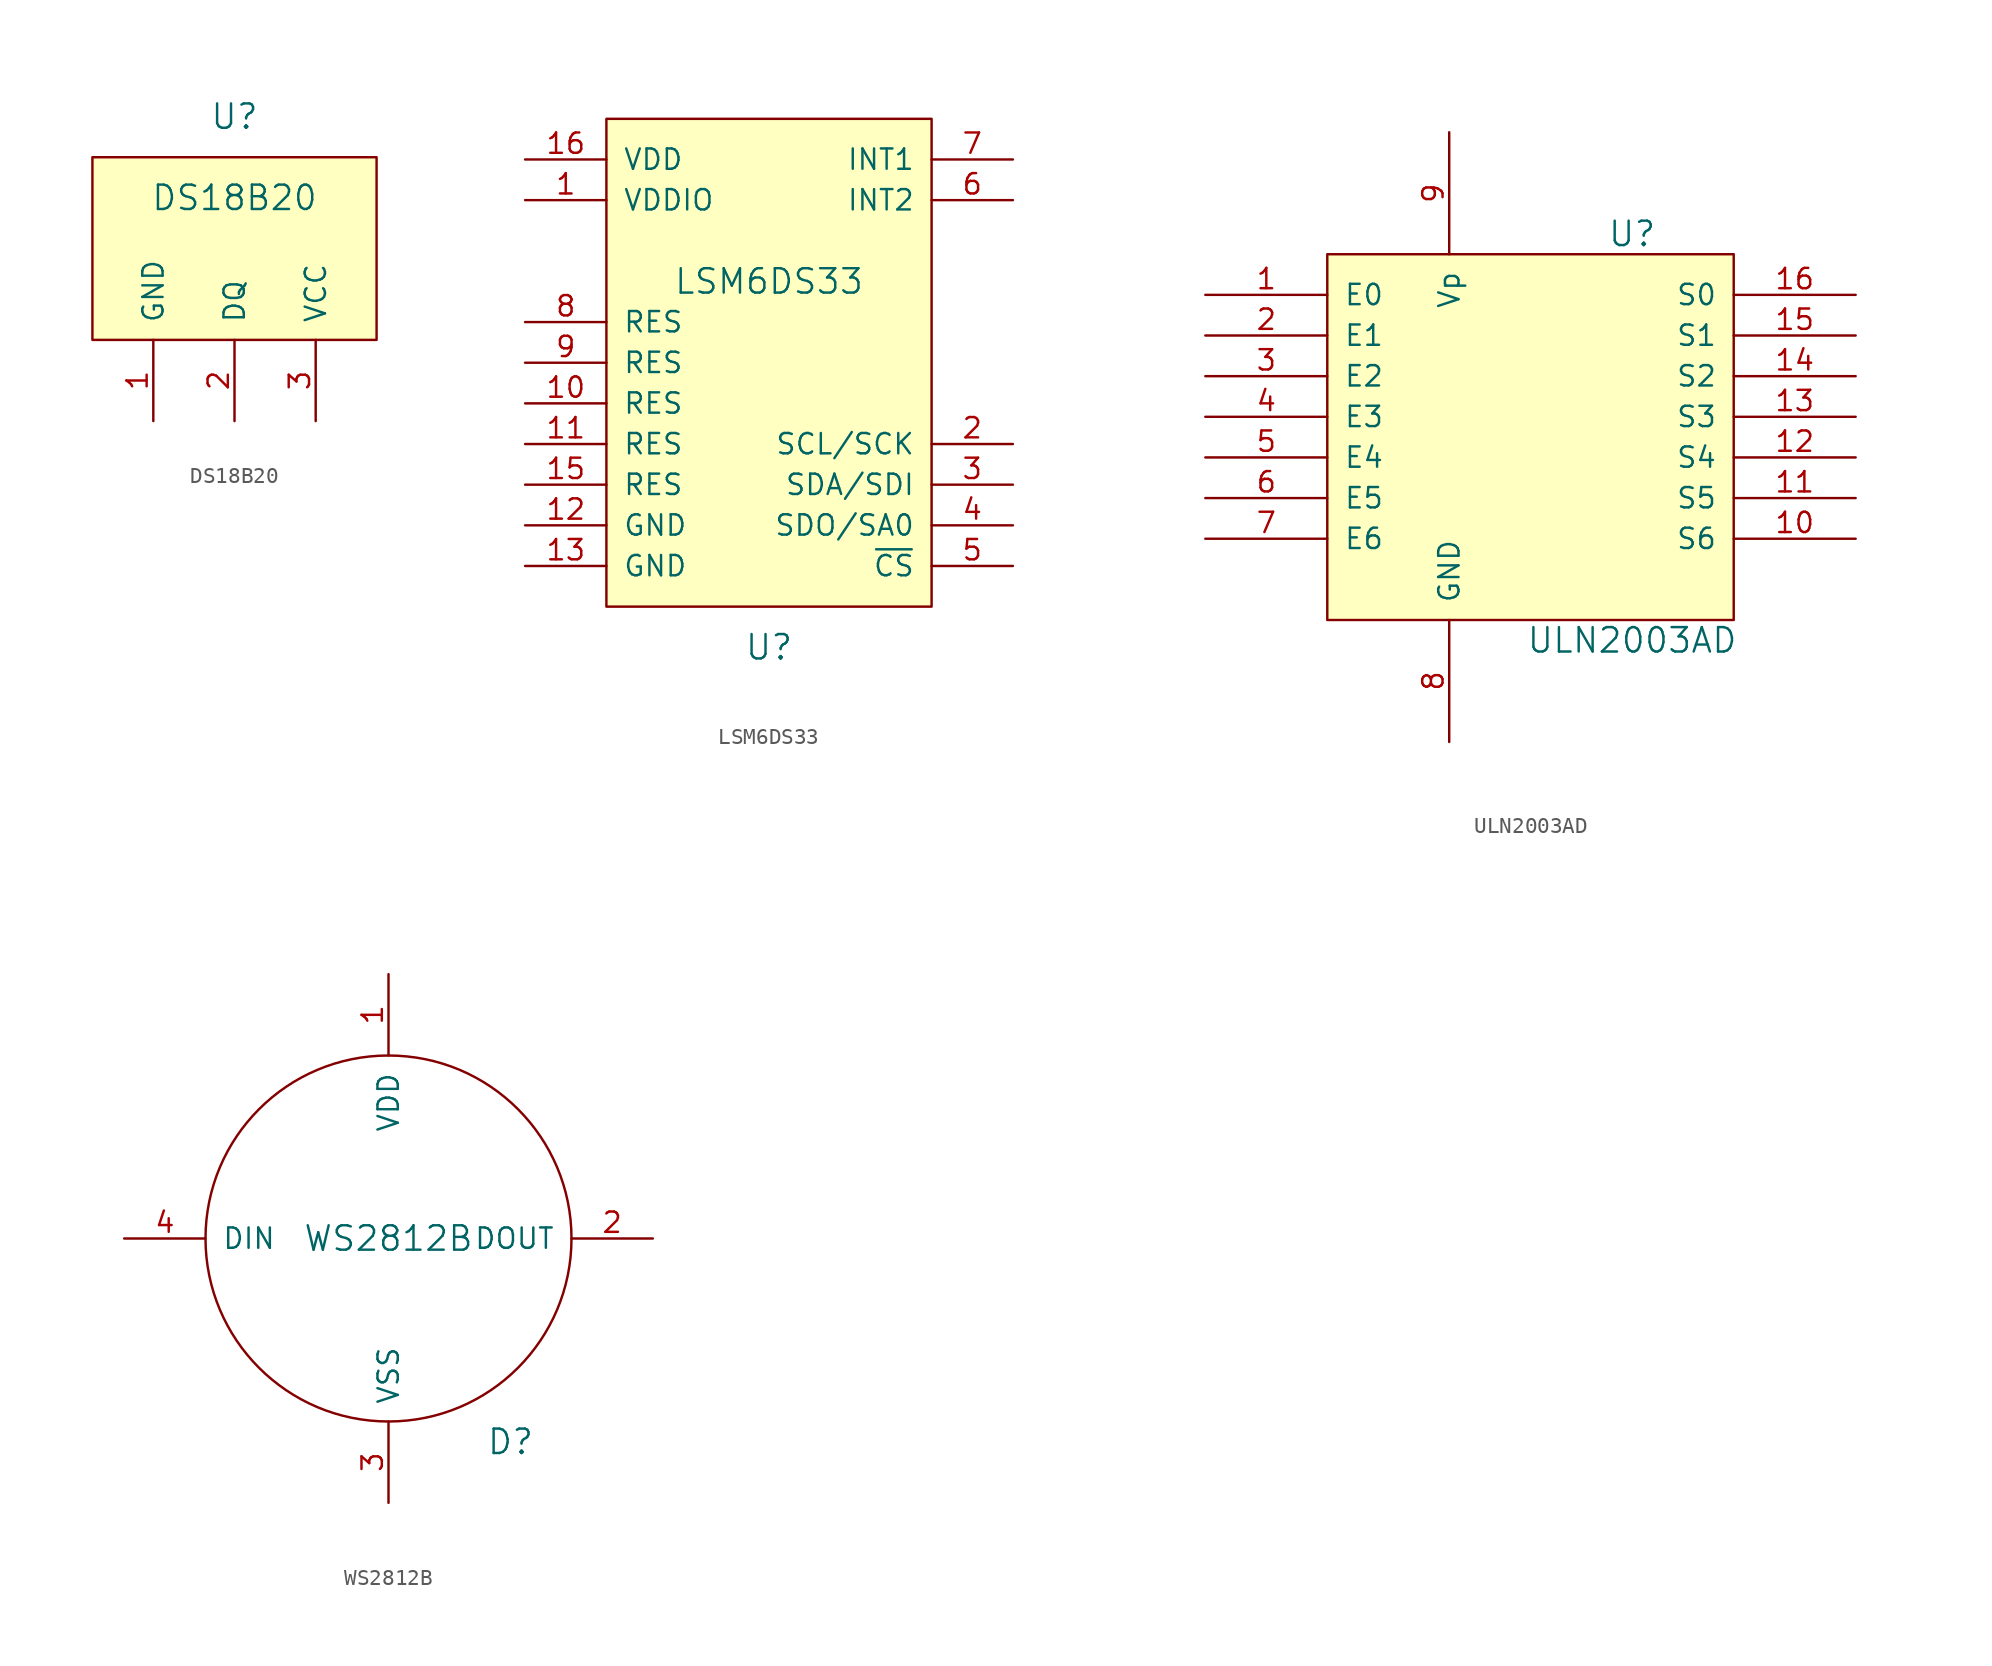
<source format=kicad_sym>
(kicad_symbol_lib
  (version 20220914)
  (generator kicad_symbol_editor)
  (symbol "DS18B20"
    (pin_names
      (offset 1.016))
    (property "Reference" "U"
      (at 0 8.89 0)
      (effects (font (size 1.524 1.524))))
    (property "Value" "DS18B20"
      (at 0 3.81 0)
      (effects (font (size 1.524 1.524))))
    (symbol "DS18B20_0_1"
      (rectangle (start -8.89 6.35) (end 8.89 -5.08) (stroke (width 0) (type solid)) (fill (type background))))
    (symbol "DS18B20_1_1"
      (pin power_out line (at -5.08 -10.16 90) (length 5.08) (name "GND" (effects (font (size 1.27 1.27)))) (number "1" (effects (font (size 1.27 1.27)))))
      (pin bidirectional line (at 0 -10.16 90) (length 5.08) (name "DQ" (effects (font (size 1.27 1.27)))) (number "2" (effects (font (size 1.27 1.27)))))
      (pin power_in line (at 5.08 -10.16 90) (length 5.08) (name "VCC" (effects (font (size 1.27 1.27)))) (number "3" (effects (font (size 1.27 1.27)))))))
  (symbol "LSM6DS33"
    (pin_names
      (offset 1.016))
    (property "Reference" "U"
      (at 0 -17.78 0)
      (effects (font (size 1.524 1.524))))
    (property "Value" "LSM6DS33"
      (at 0 5.08 0)
      (effects (font (size 1.524 1.524))))
    (symbol "LSM6DS33_0_1"
      (rectangle (start -10.16 15.24) (end 10.16 -15.24) (stroke (width 0) (type solid)) (fill (type background))))
    (symbol "LSM6DS33_1_1"
      (pin input line (at -15.24 10.16 0) (length 5.08) (name "VDDIO" (effects (font (size 1.27 1.27)))) (number "1" (effects (font (size 1.27 1.27)))))
      (pin input line (at -15.24 -2.54 0) (length 5.08) (name "RES" (effects (font (size 1.27 1.27)))) (number "10" (effects (font (size 1.27 1.27)))))
      (pin input line (at -15.24 -5.08 0) (length 5.08) (name "RES" (effects (font (size 1.27 1.27)))) (number "11" (effects (font (size 1.27 1.27)))))
      (pin input line (at -15.24 -10.16 0) (length 5.08) (name "GND" (effects (font (size 1.27 1.27)))) (number "12" (effects (font (size 1.27 1.27)))))
      (pin input line (at -15.24 -12.7 0) (length 5.08) (name "GND" (effects (font (size 1.27 1.27)))) (number "13" (effects (font (size 1.27 1.27)))))
      (pin no_connect line (at -15.24 7.62 0) (length 5.08) hide (name "NC" (effects (font (size 1.27 1.27)))) (number "14" (effects (font (size 1.27 1.27)))))
      (pin input line (at -15.24 -7.62 0) (length 5.08) (name "RES" (effects (font (size 1.27 1.27)))) (number "15" (effects (font (size 1.27 1.27)))))
      (pin input line (at -15.24 12.7 0) (length 5.08) (name "VDD" (effects (font (size 1.27 1.27)))) (number "16" (effects (font (size 1.27 1.27)))))
      (pin input line (at 15.24 -5.08 180) (length 5.08) (name "SCL/SCK" (effects (font (size 1.27 1.27)))) (number "2" (effects (font (size 1.27 1.27)))))
      (pin input line (at 15.24 -7.62 180) (length 5.08) (name "SDA/SDI" (effects (font (size 1.27 1.27)))) (number "3" (effects (font (size 1.27 1.27)))))
      (pin input line (at 15.24 -10.16 180) (length 5.08) (name "SDO/SA0" (effects (font (size 1.27 1.27)))) (number "4" (effects (font (size 1.27 1.27)))))
      (pin input line (at 15.24 -12.7 180) (length 5.08) (name "~{CS}" (effects (font (size 1.27 1.27)))) (number "5" (effects (font (size 1.27 1.27)))))
      (pin input line (at 15.24 10.16 180) (length 5.08) (name "INT2" (effects (font (size 1.27 1.27)))) (number "6" (effects (font (size 1.27 1.27)))))
      (pin input line (at 15.24 12.7 180) (length 5.08) (name "INT1" (effects (font (size 1.27 1.27)))) (number "7" (effects (font (size 1.27 1.27)))))
      (pin input line (at -15.24 2.54 0) (length 5.08) (name "RES" (effects (font (size 1.27 1.27)))) (number "8" (effects (font (size 1.27 1.27)))))
      (pin input line (at -15.24 0 0) (length 5.08) (name "RES" (effects (font (size 1.27 1.27)))) (number "9" (effects (font (size 1.27 1.27)))))))
  (symbol "ULN2003AD"
    (pin_names
      (offset 1.016))
    (property "Reference" "U"
      (at 6.35 12.7 0)
      (effects (font (size 1.524 1.524))))
    (property "Value" "ULN2003AD"
      (at 6.35 -12.7 0)
      (effects (font (size 1.524 1.524))))
    (property "Footprint" ""
      (at 0 0 0)
      (effects (font (size 1.524 1.524))))
    (property "Datasheet" ""
      (at 0 0 0)
      (effects (font (size 1.524 1.524))))
    (symbol "ULN2003AD_0_1"
      (rectangle (start -12.7 11.43) (end 12.7 -11.43) (stroke (width 0) (type solid)) (fill (type background))))
    (symbol "ULN2003AD_1_1"
      (pin passive line (at -20.32 8.89 0) (length 7.62) (name "E0" (effects (font (size 1.27 1.27)))) (number "1" (effects (font (size 1.27 1.27)))))
      (pin passive line (at 20.32 -6.35 180) (length 7.62) (name "S6" (effects (font (size 1.27 1.27)))) (number "10" (effects (font (size 1.27 1.27)))))
      (pin passive line (at 20.32 -3.81 180) (length 7.62) (name "S5" (effects (font (size 1.27 1.27)))) (number "11" (effects (font (size 1.27 1.27)))))
      (pin passive line (at 20.32 -1.27 180) (length 7.62) (name "S4" (effects (font (size 1.27 1.27)))) (number "12" (effects (font (size 1.27 1.27)))))
      (pin passive line (at 20.32 1.27 180) (length 7.62) (name "S3" (effects (font (size 1.27 1.27)))) (number "13" (effects (font (size 1.27 1.27)))))
      (pin passive line (at 20.32 3.81 180) (length 7.62) (name "S2" (effects (font (size 1.27 1.27)))) (number "14" (effects (font (size 1.27 1.27)))))
      (pin passive line (at 20.32 6.35 180) (length 7.62) (name "S1" (effects (font (size 1.27 1.27)))) (number "15" (effects (font (size 1.27 1.27)))))
      (pin passive line (at 20.32 8.89 180) (length 7.62) (name "S0" (effects (font (size 1.27 1.27)))) (number "16" (effects (font (size 1.27 1.27)))))
      (pin passive line (at -20.32 6.35 0) (length 7.62) (name "E1" (effects (font (size 1.27 1.27)))) (number "2" (effects (font (size 1.27 1.27)))))
      (pin passive line (at -20.32 3.81 0) (length 7.62) (name "E2" (effects (font (size 1.27 1.27)))) (number "3" (effects (font (size 1.27 1.27)))))
      (pin passive line (at -20.32 1.27 0) (length 7.62) (name "E3" (effects (font (size 1.27 1.27)))) (number "4" (effects (font (size 1.27 1.27)))))
      (pin passive line (at -20.32 -1.27 0) (length 7.62) (name "E4" (effects (font (size 1.27 1.27)))) (number "5" (effects (font (size 1.27 1.27)))))
      (pin passive line (at -20.32 -3.81 0) (length 7.62) (name "E5" (effects (font (size 1.27 1.27)))) (number "6" (effects (font (size 1.27 1.27)))))
      (pin passive line (at -20.32 -6.35 0) (length 7.62) (name "E6" (effects (font (size 1.27 1.27)))) (number "7" (effects (font (size 1.27 1.27)))))
      (pin passive line (at -5.08 -19.05 90) (length 7.62) (name "GND" (effects (font (size 1.27 1.27)))) (number "8" (effects (font (size 1.27 1.27)))))
      (pin passive line (at -5.08 19.05 270) (length 7.62) (name "Vp" (effects (font (size 1.27 1.27)))) (number "9" (effects (font (size 1.27 1.27)))))))
  (symbol "WS2812B"
    (pin_names
      (offset 1.016))
    (property "Reference" "D"
      (at 7.62 -12.7 0)
      (effects (font (size 1.524 1.524))))
    (property "Value" "WS2812B"
      (at 0 0 0)
      (effects (font (size 1.524 1.524))))
    (symbol "WS2812B_0_1"
      (circle (center 0 0) (radius 11.43) (stroke (width 0) (type solid)) (fill (type none))))
    (symbol "WS2812B_1_1"
      (pin power_in line (at 0 16.51 270) (length 5.08) (name "VDD" (effects (font (size 1.27 1.27)))) (number "1" (effects (font (size 1.27 1.27)))))
      (pin output line (at 16.51 0 180) (length 5.08) (name "DOUT" (effects (font (size 1.27 1.27)))) (number "2" (effects (font (size 1.27 1.27)))))
      (pin power_in line (at 0 -16.51 90) (length 5.08) (name "VSS" (effects (font (size 1.27 1.27)))) (number "3" (effects (font (size 1.27 1.27)))))
      (pin input line (at -16.51 0 0) (length 5.08) (name "DIN" (effects (font (size 1.27 1.27)))) (number "4" (effects (font (size 1.27 1.27))))))))
</source>
